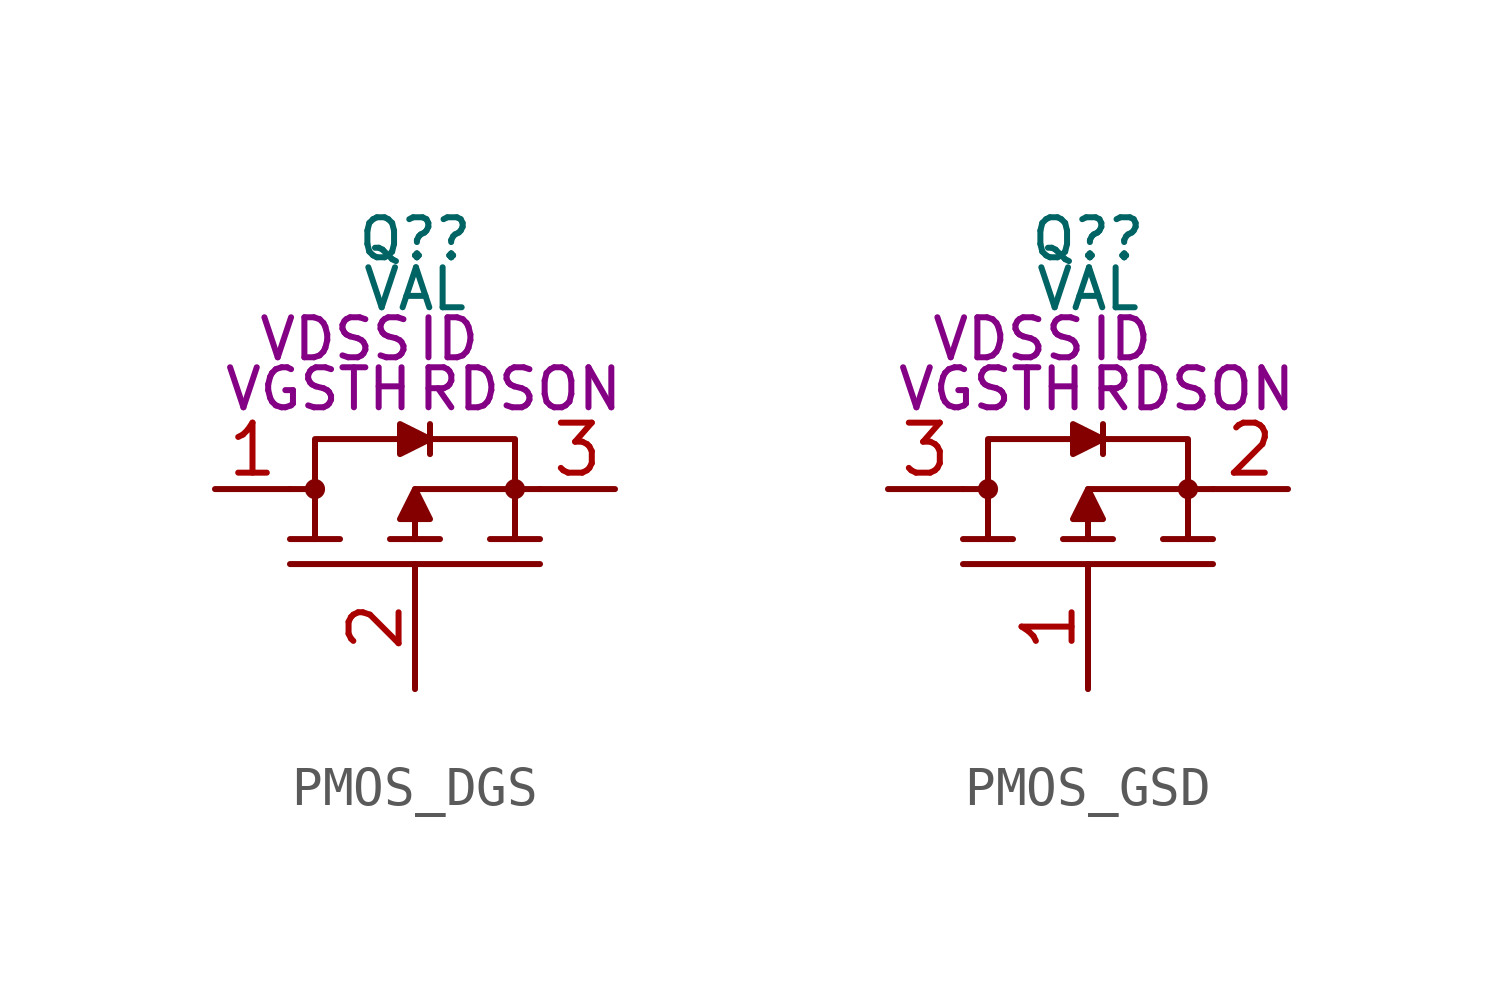
<source format=kicad_sym>
(kicad_symbol_lib
  (version 20231120)
  (generator "kicad_symbol_editor")
  (generator_version "8.0")
  (symbol "PMOS_DGS"
    (property "Reference" "Q?"
      (at 0 6.35 0)
      (do_not_autoplace)
      (effects (font (size 1.016 1.016))))
    (property "Value" "VAL"
      (at 0 5.08 0)
      (do_not_autoplace)
      (effects (font (size 1.016 1.016))))
    (property "VDSS" "VDSS"
      (at 0 3.81 0)
      (do_not_autoplace)
      (effects (font (size 1.016 1.016)) (justify right)))
    (property "VGSTH" "VGSTH"
      (at 0 2.54 0)
      (do_not_autoplace)
      (effects (font (size 1.016 1.016)) (justify right)))
    (property "ID" "ID"
      (at 0 3.81 0)
      (do_not_autoplace)
      (effects (font (size 1.016 1.016)) (justify left)))
    (property "RDSON" "RDSON"
      (at 0 2.54 0)
      (do_not_autoplace)
      (effects (font (size 1.016 1.016)) (justify left)))
    (symbol "PMOS_DGS_0_1"
      (polyline (pts (xy -3.175 -1.27) (xy -1.905 -1.27)) (stroke (width 0) (type default)) (fill (type none)))
      (polyline (pts (xy -0.635 -1.27) (xy 0.635 -1.27)) (stroke (width 0) (type default)) (fill (type none)))
      (polyline (pts (xy 0 -0.635) (xy 0 -1.27)) (stroke (width 0) (type default)) (fill (type none)))
      (polyline (pts (xy 1.905 -1.27) (xy 3.175 -1.27)) (stroke (width 0) (type default)) (fill (type none)))
      (polyline (pts (xy -2.54 -1.27) (xy -2.54 0) (xy -3.175 0)) (stroke (width 0) (type default)) (fill (type none)))
      (polyline (pts (xy 2.54 -1.27) (xy 2.54 0) (xy 3.175 0)) (stroke (width 0) (type default)) (fill (type none))))
    (symbol "PMOS_DGS_1_0"
      (pin passive line (at -5.08 0 0) (length 1.905) (name "" (effects (font (size 1.27 1.27)))) (number "1" (effects (font (size 1.27 1.27)))))
      (pin passive line (at 0 -5.08 90) (length 3.175) (name "" (effects (font (size 1.27 1.27)))) (number "2" (effects (font (size 1.27 1.27)))))
      (pin passive line (at 5.08 0 180) (length 1.905) (name "" (effects (font (size 1.27 1.27)))) (number "3" (effects (font (size 1.27 1.27))))))
    (symbol "PMOS_DGS_1_1"
      (circle (center -2.54 0) (radius 0.18) (stroke (width 0) (type default)) (fill (type outline)))
      (polyline (pts (xy -3.175 -1.905) (xy 3.175 -1.905)) (stroke (width 0) (type default)) (fill (type none)))
      (polyline (pts (xy 0 0) (xy 2.54 0)) (stroke (width 0) (type default)) (fill (type none)))
      (polyline (pts (xy 0.381 1.651) (xy 0.381 0.889)) (stroke (width 0) (type default)) (fill (type none)))
      (polyline (pts (xy -2.54 0) (xy -2.54 1.27) (xy -0.381 1.27)) (stroke (width 0) (type default)) (fill (type none)))
      (polyline (pts (xy 0.381 1.27) (xy 2.54 1.27) (xy 2.54 0)) (stroke (width 0) (type default)) (fill (type none)))
      (polyline (pts (xy 0 0) (xy -0.381 -0.762) (xy 0.381 -0.762) (xy 0 0)) (stroke (width 0) (type default)) (fill (type outline)))
      (polyline (pts (xy 0.381 1.27) (xy -0.381 1.651) (xy -0.381 0.889) (xy 0.381 1.27)) (stroke (width 0) (type default)) (fill (type outline)))
      (circle (center 2.54 0) (radius 0.18) (stroke (width 0) (type default)) (fill (type outline)))))
  (symbol "PMOS_GSD"
    (property "Reference" "Q?"
      (at 0 6.35 0)
      (do_not_autoplace)
      (effects (font (size 1.016 1.016))))
    (property "Value" "VAL"
      (at 0 5.08 0)
      (do_not_autoplace)
      (effects (font (size 1.016 1.016))))
    (property "VDSS" "VDSS"
      (at 0 3.81 0)
      (do_not_autoplace)
      (effects (font (size 1.016 1.016)) (justify right)))
    (property "VGSTH" "VGSTH"
      (at 0 2.54 0)
      (do_not_autoplace)
      (effects (font (size 1.016 1.016)) (justify right)))
    (property "ID" "ID"
      (at 0 3.81 0)
      (do_not_autoplace)
      (effects (font (size 1.016 1.016)) (justify left)))
    (property "RDSON" "RDSON"
      (at 0 2.54 0)
      (do_not_autoplace)
      (effects (font (size 1.016 1.016)) (justify left)))
    (symbol "PMOS_GSD_0_1"
      (polyline (pts (xy -3.175 -1.27) (xy -1.905 -1.27)) (stroke (width 0) (type default)) (fill (type none)))
      (polyline (pts (xy -0.635 -1.27) (xy 0.635 -1.27)) (stroke (width 0) (type default)) (fill (type none)))
      (polyline (pts (xy 0 -0.635) (xy 0 -1.27)) (stroke (width 0) (type default)) (fill (type none)))
      (polyline (pts (xy 1.905 -1.27) (xy 3.175 -1.27)) (stroke (width 0) (type default)) (fill (type none)))
      (polyline (pts (xy -2.54 -1.27) (xy -2.54 0) (xy -3.175 0)) (stroke (width 0) (type default)) (fill (type none)))
      (polyline (pts (xy 2.54 -1.27) (xy 2.54 0) (xy 3.175 0)) (stroke (width 0) (type default)) (fill (type none))))
    (symbol "PMOS_GSD_1_0"
      (pin passive line (at 0 -5.08 90) (length 3.175) (name "" (effects (font (size 1.27 1.27)))) (number "1" (effects (font (size 1.27 1.27)))))
      (pin passive line (at 5.08 0 180) (length 1.905) (name "" (effects (font (size 1.27 1.27)))) (number "2" (effects (font (size 1.27 1.27)))))
      (pin passive line (at -5.08 0 0) (length 1.905) (name "" (effects (font (size 1.27 1.27)))) (number "3" (effects (font (size 1.27 1.27))))))
    (symbol "PMOS_GSD_1_1"
      (circle (center -2.54 0) (radius 0.18) (stroke (width 0) (type default)) (fill (type outline)))
      (polyline (pts (xy -3.175 -1.905) (xy 3.175 -1.905)) (stroke (width 0) (type default)) (fill (type none)))
      (polyline (pts (xy 0 0) (xy 2.54 0)) (stroke (width 0) (type default)) (fill (type none)))
      (polyline (pts (xy 0.381 1.651) (xy 0.381 0.889)) (stroke (width 0) (type default)) (fill (type none)))
      (polyline (pts (xy -2.54 0) (xy -2.54 1.27) (xy -0.381 1.27)) (stroke (width 0) (type default)) (fill (type none)))
      (polyline (pts (xy 0.381 1.27) (xy 2.54 1.27) (xy 2.54 0)) (stroke (width 0) (type default)) (fill (type none)))
      (polyline (pts (xy 0 0) (xy -0.381 -0.762) (xy 0.381 -0.762) (xy 0 0)) (stroke (width 0) (type default)) (fill (type outline)))
      (polyline (pts (xy 0.381 1.27) (xy -0.381 1.651) (xy -0.381 0.889) (xy 0.381 1.27)) (stroke (width 0) (type default)) (fill (type outline)))
      (circle (center 2.54 0) (radius 0.18) (stroke (width 0) (type default)) (fill (type outline))))))
</source>
